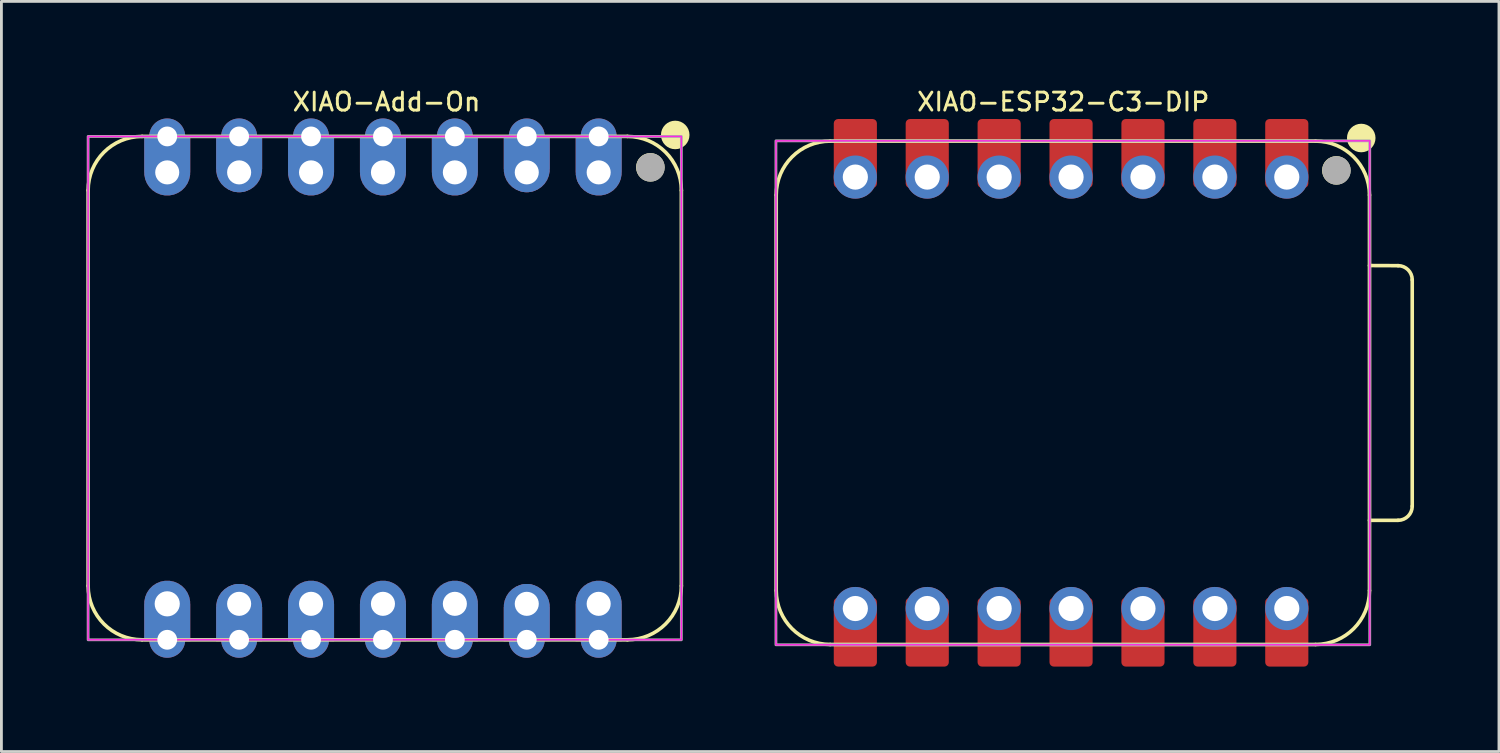
<source format=kicad_pcb>
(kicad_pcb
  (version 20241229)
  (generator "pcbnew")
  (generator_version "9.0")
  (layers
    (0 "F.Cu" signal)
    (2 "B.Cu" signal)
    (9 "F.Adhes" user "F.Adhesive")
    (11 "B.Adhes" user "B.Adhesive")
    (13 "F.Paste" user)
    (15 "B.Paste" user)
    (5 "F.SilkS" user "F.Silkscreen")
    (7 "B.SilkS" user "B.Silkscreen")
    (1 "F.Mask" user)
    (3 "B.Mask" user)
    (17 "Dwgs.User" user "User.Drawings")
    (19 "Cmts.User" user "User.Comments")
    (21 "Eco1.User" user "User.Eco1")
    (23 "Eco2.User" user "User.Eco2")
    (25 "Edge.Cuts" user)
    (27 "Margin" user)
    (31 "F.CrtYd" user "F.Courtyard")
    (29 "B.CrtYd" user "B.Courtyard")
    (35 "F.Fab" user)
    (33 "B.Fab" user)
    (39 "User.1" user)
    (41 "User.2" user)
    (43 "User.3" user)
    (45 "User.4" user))
  (footprint "XIAO-ESP32-C3-DIP"
    (layer "F.Cu")
    (at 34.783 10.825)
    (property "Reference" "XIAO-ESP32-C3-DIP" (at -0.275 -10.275 0) (unlocked yes) (layer "F.SilkS") (effects (font (size 0.635 0.635) (thickness 0.102))))
    (attr smd)
    (fp_line (start -10.414 -6.985) (end -10.414 6.985) (stroke (width 0.127) (type solid)) (layer "F.SilkS"))
    (fp_line (start -8.509 -8.89) (end 8.636 -8.89) (stroke (width 0.127) (type solid)) (layer "F.SilkS"))
    (fp_line (start -8.509 8.89) (end 8.636 8.89) (stroke (width 0.127) (type solid)) (layer "F.SilkS"))
    (fp_line (start 10.541 -4.495) (end 11.551 -4.491) (stroke (width 0.127) (type solid)) (layer "F.SilkS"))
    (fp_line (start 10.541 6.985) (end 10.541 -6.985) (stroke (width 0.1) (type solid)) (layer "F.SilkS"))
    (fp_line (start 10.541 6.985) (end 10.541 -6.985) (stroke (width 0.127) (type solid)) (layer "F.SilkS"))
    (fp_line (start 11.551 4.504) (end 10.541 4.504) (stroke (width 0.127) (type solid)) (layer "F.SilkS"))
    (fp_line (start 12.051 -3.991) (end 12.051 4.004) (stroke (width 0.127) (type solid)) (layer "F.SilkS"))
    (fp_arc (start -10.414 -6.985) (mid -9.856038 -8.332038) (end -8.509 -8.89) (stroke (width 0.127) (type solid)) (layer "F.SilkS"))
    (fp_arc (start -8.509 8.89) (mid -9.856038 8.332038) (end -10.414 6.985) (stroke (width 0.127) (type solid)) (layer "F.SilkS"))
    (fp_arc (start 8.636 -8.89) (mid 9.983038 -8.332038) (end 10.541 -6.985) (stroke (width 0.127) (type solid)) (layer "F.SilkS"))
    (fp_arc (start 10.541 6.985) (mid 9.983038 8.332038) (end 8.636 8.89) (stroke (width 0.127) (type solid)) (layer "F.SilkS"))
    (fp_arc (start 11.551272 -4.491272) (mid 11.904644 -4.344724) (end 12.051 -3.991272) (stroke (width 0.127) (type default)) (layer "F.SilkS"))
    (fp_arc (start 12.051 4.004) (mid 11.904553 4.357553) (end 11.551 4.504) (stroke (width 0.127) (type default)) (layer "F.SilkS"))
    (fp_circle (center 9.37 -7.857) (end 9.624 -7.857) (stroke (width 0.5) (type solid)) (fill yes) (layer "F.SilkS"))
    (fp_circle (center 10.25 -9) (end 10.504 -9) (stroke (width 0.5) (type solid)) (fill yes) (layer "F.SilkS"))
    (fp_rect (start -10.425 -8.9) (end 10.55 8.9) (stroke (width 0.05) (type default)) (fill no) (layer "F.CrtYd"))
    (fp_rect (start -10.425 -8.9) (end 10.55 8.9) (stroke (width 0.1) (type default)) (fill no) (layer "F.Fab"))
    (fp_circle (center 9.376 -7.854) (end 9.63 -7.854) (stroke (width 0.5) (type solid)) (fill no) (layer "F.Fab"))
    (pad "1" smd roundrect (at 7.62 -8.455 90) (size 2.432 1.524) (layers "F.Cu" "F.Mask") (roundrect_rratio 0.1))
    (pad "1" thru_hole circle (at 7.62 -7.62 90) (size 1.524 1.524) (drill 0.889) (layers "*.Cu" "*.Mask"))
    (pad "2" smd roundrect (at 5.08 -8.455 90) (size 2.432 1.524) (layers "F.Cu" "F.Mask") (roundrect_rratio 0.1))
    (pad "2" thru_hole circle (at 5.08 -7.62 90) (size 1.524 1.524) (drill 0.889) (layers "*.Cu" "*.Mask"))
    (pad "3" smd roundrect (at 2.54 -8.455 90) (size 2.432 1.524) (layers "F.Cu" "F.Mask") (roundrect_rratio 0.1))
    (pad "3" thru_hole circle (at 2.54 -7.62 90) (size 1.524 1.524) (drill 0.889) (layers "*.Cu" "*.Mask"))
    (pad "4" smd roundrect (at 0 -8.455 90) (size 2.432 1.524) (layers "F.Cu" "F.Mask") (roundrect_rratio 0.1))
    (pad "4" thru_hole circle (at 0 -7.62 90) (size 1.524 1.524) (drill 0.889) (layers "*.Cu" "*.Mask"))
    (pad "5" smd roundrect (at -2.54 -8.455 90) (size 2.432 1.524) (layers "F.Cu" "F.Mask") (roundrect_rratio 0.1))
    (pad "5" thru_hole circle (at -2.54 -7.62 90) (size 1.524 1.524) (drill 0.889) (layers "*.Cu" "*.Mask"))
    (pad "6" smd roundrect (at -5.08 -8.455 90) (size 2.432 1.524) (layers "F.Cu" "F.Mask") (roundrect_rratio 0.1))
    (pad "6" thru_hole circle (at -5.08 -7.62 90) (size 1.524 1.524) (drill 0.889) (layers "*.Cu" "*.Mask"))
    (pad "7" smd roundrect (at -7.62 -8.455 90) (size 2.432 1.524) (layers "F.Cu" "F.Mask") (roundrect_rratio 0.1))
    (pad "7" thru_hole circle (at -7.62 -7.62 90) (size 1.524 1.524) (drill 0.889) (layers "*.Cu" "*.Mask"))
    (pad "8" thru_hole circle (at -7.62 7.62 270) (size 1.524 1.524) (drill 0.889) (layers "*.Cu" "*.Mask"))
    (pad "8" smd roundrect (at -7.62 8.455 270) (size 2.432 1.524) (layers "F.Cu" "F.Mask") (roundrect_rratio 0.1))
    (pad "9" thru_hole circle (at -5.08 7.62 270) (size 1.524 1.524) (drill 0.889) (layers "*.Cu" "*.Mask"))
    (pad "9" smd roundrect (at -5.08 8.455 270) (size 2.432 1.524) (layers "F.Cu" "F.Mask") (roundrect_rratio 0.1))
    (pad "10" thru_hole circle (at -2.54 7.62 270) (size 1.524 1.524) (drill 0.889) (layers "*.Cu" "*.Mask"))
    (pad "10" smd roundrect (at -2.54 8.455 270) (size 2.432 1.524) (layers "F.Cu" "F.Mask") (roundrect_rratio 0.1))
    (pad "11" thru_hole circle (at 0 7.62 270) (size 1.524 1.524) (drill 0.889) (layers "*.Cu" "*.Mask"))
    (pad "11" smd roundrect (at 0 8.455 270) (size 2.432 1.524) (layers "F.Cu" "F.Mask") (roundrect_rratio 0.1))
    (pad "12" thru_hole circle (at 2.54 7.62 270) (size 1.524 1.524) (drill 0.889) (layers "*.Cu" "*.Mask"))
    (pad "12" smd roundrect (at 2.54 8.455 270) (size 2.432 1.524) (layers "F.Cu" "F.Mask") (roundrect_rratio 0.1))
    (pad "13" thru_hole circle (at 5.08 7.62 270) (size 1.524 1.524) (drill 0.889) (layers "*.Cu" "*.Mask"))
    (pad "13" smd roundrect (at 5.08 8.455 270) (size 2.432 1.524) (layers "F.Cu" "F.Mask") (roundrect_rratio 0.1))
    (pad "14" thru_hole circle (at 7.62 7.62 270) (size 1.524 1.524) (drill 0.889) (layers "*.Cu" "*.Mask"))
    (pad "14" smd roundrect (at 7.62 8.455 270) (size 2.432 1.524) (layers "F.Cu" "F.Mask") (roundrect_rratio 0.1)))
  (footprint "XIAO-Add-On"
    (layer "F.Cu")
    (at 10.477 10.659)
    (property "Reference" "XIAO-Add-On" (at 0.127 -10.109 0) (unlocked yes) (layer "F.SilkS") (effects (font (size 0.635 0.635) (thickness 0.102))))
    (attr smd)
    (fp_line (start -10.414 -6.985) (end -10.414 6.985) (stroke (width 0.127) (type solid)) (layer "F.SilkS"))
    (fp_line (start -8.509 -8.89) (end 8.636 -8.89) (stroke (width 0.127) (type solid)) (layer "F.SilkS"))
    (fp_line (start -8.509 8.89) (end 8.636 8.89) (stroke (width 0.127) (type solid)) (layer "F.SilkS"))
    (fp_line (start 10.541 6.985) (end 10.541 -6.985) (stroke (width 0.127) (type solid)) (layer "F.SilkS"))
    (fp_arc (start -10.414 -6.985) (mid -9.856038 -8.332038) (end -8.509 -8.89) (stroke (width 0.127) (type solid)) (layer "F.SilkS"))
    (fp_arc (start -8.509 8.89) (mid -9.856038 8.332038) (end -10.414 6.985) (stroke (width 0.127) (type solid)) (layer "F.SilkS"))
    (fp_arc (start 8.636 -8.89) (mid 9.983039 -8.332039) (end 10.541 -6.985) (stroke (width 0.127) (type solid)) (layer "F.SilkS"))
    (fp_arc (start 10.541 6.985) (mid 9.983039 8.332039) (end 8.636 8.89) (stroke (width 0.127) (type solid)) (layer "F.SilkS"))
    (fp_circle (center 9.444 -7.799) (end 9.698 -7.799) (stroke (width 0.5) (type solid)) (fill yes) (layer "F.SilkS"))
    (fp_circle (center 10.324 -8.942) (end 10.578 -8.942) (stroke (width 0.5) (type solid)) (fill yes) (layer "F.SilkS"))
    (fp_rect (start -10.414 -8.89) (end 10.541 8.89) (stroke (width 0.05) (type default)) (fill no) (layer "F.CrtYd"))
    (fp_rect (start -10.414 -8.89) (end 10.541 8.89) (stroke (width 0.1) (type default)) (fill no) (layer "F.Fab"))
    (fp_circle (center 9.45 -7.796) (end 9.704 -7.796) (stroke (width 0.5) (type solid)) (fill no) (layer "F.Fab"))
    (fp_circle (center -7.62 -7.62) (end -7.493 -7.62) (stroke (width 0.025) (type default)) (fill no) (layer "User.1"))
    (fp_circle (center 7.62 7.62) (end 7.493 7.62) (stroke (width 0.025) (type default)) (fill no) (layer "User.1"))
    (pad "1" thru_hole circle (at 7.62 -8.89 180) (size 1.27 1.27) (drill 0.7) (layers "*.Cu" "*.Mask"))
    (pad "1" smd custom (at 7.62 -8.278) (size 1.626 1.325) (layers "F.Cu" "F.Mask" "F.Paste") (options (anchor rect)) (primitives (gr_circle (center 0 0.663) (end 0.813 0.663) (width 0) (fill yes))))
    (pad "1" smd custom (at 7.62 -8.278) (size 1.626 1.325) (layers "B.Cu" "B.Mask" "B.Paste") (options (anchor rect)) (primitives (gr_circle (center 0 0.663) (end -0.813 0.663) (width 0) (fill yes))))
    (pad "1" thru_hole roundrect (at 7.62 -7.62 270) (size 1.5 1.5) (drill 0.85) (layers "*.Cu" "*.Mask") (roundrect_rratio 0.25) (chamfer_ratio 0.293) (chamfer top_left top_right bottom_left bottom_right))
    (pad "2" thru_hole circle (at 5.08 -8.89 180) (size 1.27 1.27) (drill 0.7) (layers "*.Cu" "*.Mask"))
    (pad "2" smd custom (at 5.08 -8.337) (size 1.626 1.208) (layers "F.Cu" "F.Mask" "F.Paste") (options (anchor rect)) (primitives (gr_circle (center 0 0.605) (end 0.813 0.605) (width 0) (fill yes))))
    (pad "2" smd custom (at 5.08 -8.337) (size 1.626 1.208) (layers "B.Cu" "B.Mask" "B.Paste") (options (anchor rect)) (primitives (gr_circle (center 0 0.605) (end -0.813 0.605) (width 0) (fill yes))))
    (pad "2" thru_hole circle (at 5.08 -7.62 270) (size 1.4 1.4) (drill 0.85) (layers "*.Cu"))
    (pad "3" thru_hole circle (at 2.54 -8.89 180) (size 1.27 1.27) (drill 0.7) (layers "*.Cu" "*.Mask"))
    (pad "3" smd custom (at 2.54 -8.278) (size 1.626 1.325) (layers "F.Cu" "F.Mask" "F.Paste") (options (anchor rect)) (primitives (gr_circle (center 0 0.663) (end 0.813 0.663) (width 0) (fill yes))))
    (pad "3" smd custom (at 2.54 -8.278) (size 1.626 1.325) (layers "B.Cu" "B.Mask" "B.Paste") (options (anchor rect)) (primitives (gr_circle (center 0 0.663) (end -0.813 0.663) (width 0) (fill yes))))
    (pad "3" thru_hole circle (at 2.54 -7.62 270) (size 1.5 1.5) (drill 0.85) (layers "*.Cu" "*.Mask"))
    (pad "4" thru_hole circle (at 0 -8.89 180) (size 1.27 1.27) (drill 0.7) (layers "*.Cu" "*.Mask"))
    (pad "4" smd custom (at 0 -8.278) (size 1.626 1.325) (layers "F.Cu" "F.Mask" "F.Paste") (options (anchor rect)) (primitives (gr_circle (center 0 0.663) (end 0.813 0.663) (width 0) (fill yes))))
    (pad "4" smd custom (at 0 -8.278) (size 1.626 1.325) (layers "B.Cu" "B.Mask" "B.Paste") (options (anchor rect)) (primitives (gr_circle (center 0 0.663) (end -0.813 0.663) (width 0) (fill yes))))
    (pad "4" thru_hole circle (at 0 -7.62 270) (size 1.5 1.5) (drill 0.85) (layers "*.Cu" "*.Mask"))
    (pad "5" thru_hole circle (at -2.54 -8.89 180) (size 1.27 1.27) (drill 0.7) (layers "*.Cu" "*.Mask"))
    (pad "5" smd custom (at -2.54 -8.278) (size 1.626 1.325) (layers "F.Cu" "F.Mask" "F.Paste") (options (anchor rect)) (primitives (gr_circle (center 0 0.663) (end 0.813 0.663) (width 0) (fill yes))))
    (pad "5" smd custom (at -2.54 -8.278) (size 1.626 1.325) (layers "B.Cu" "B.Mask" "B.Paste") (options (anchor rect)) (primitives (gr_circle (center 0 0.663) (end -0.813 0.663) (width 0) (fill yes))))
    (pad "5" thru_hole circle (at -2.54 -7.62 270) (size 1.5 1.5) (drill 0.85) (layers "*.Cu" "*.Mask"))
    (pad "6" thru_hole circle (at -5.08 -8.89 180) (size 1.27 1.27) (drill 0.7) (layers "*.Cu" "*.Mask"))
    (pad "6" smd custom (at -5.08 -8.337) (size 1.626 1.208) (layers "F.Cu" "F.Mask" "F.Paste") (options (anchor rect)) (primitives (gr_circle (center 0 0.605) (end 0.813 0.605) (width 0) (fill yes))))
    (pad "6" smd custom (at -5.08 -8.337) (size 1.626 1.208) (layers "B.Cu" "B.Mask" "B.Paste") (options (anchor rect)) (primitives (gr_circle (center 0 0.605) (end -0.813 0.605) (width 0) (fill yes))))
    (pad "6" thru_hole circle (at -5.08 -7.62 270) (size 1.4 1.4) (drill 0.85) (layers "*.Cu"))
    (pad "7" thru_hole circle (at -7.62 -8.89 180) (size 1.27 1.27) (drill 0.7) (layers "*.Cu" "*.Mask"))
    (pad "7" smd custom (at -7.62 -8.278) (size 1.626 1.325) (layers "F.Cu" "F.Mask" "F.Paste") (options (anchor rect)) (primitives (gr_circle (center 0 0.663) (end 0.813 0.663) (width 0) (fill yes))))
    (pad "7" smd custom (at -7.62 -8.278) (size 1.626 1.325) (layers "B.Cu" "B.Mask" "B.Paste") (options (anchor rect)) (primitives (gr_circle (center 0 0.663) (end -0.813 0.663) (width 0) (fill yes))))
    (pad "7" thru_hole circle (at -7.62 -7.62 270) (size 1.5 1.5) (drill 0.85) (layers "*.Cu" "*.Mask"))
    (pad "8" thru_hole circle (at -7.62 7.62 270) (size 1.524 1.524) (drill 0.889) (layers "*.Cu" "*.Mask"))
    (pad "8" smd custom (at -7.62 8.278 180) (size 1.626 1.325) (layers "F.Cu" "F.Mask" "F.Paste") (options (anchor rect)) (primitives (gr_circle (center 0 0.663) (end 0.813 0.663) (width 0) (fill yes))))
    (pad "8" smd custom (at -7.62 8.278 180) (size 1.626 1.325) (layers "B.Cu" "B.Mask" "B.Paste") (options (anchor rect)) (primitives (gr_circle (center 0 0.663) (end -0.813 0.663) (width 0) (fill yes))))
    (pad "8" thru_hole circle (at -7.62 8.89) (size 1.27 1.27) (drill 0.7) (layers "*.Cu" "*.Mask"))
    (pad "9" thru_hole circle (at -5.08 7.62 90) (size 1.4 1.4) (drill 0.85) (layers "*.Cu"))
    (pad "9" smd custom (at -5.08 8.337 180) (size 1.626 1.208) (layers "F.Cu" "F.Mask" "F.Paste") (options (anchor rect)) (primitives (gr_circle (center 0 0.605) (end 0.813 0.605) (width 0) (fill yes))))
    (pad "9" smd custom (at -5.08 8.337 180) (size 1.626 1.208) (layers "B.Cu" "B.Mask" "B.Paste") (options (anchor rect)) (primitives (gr_circle (center 0 0.605) (end -0.813 0.605) (width 0) (fill yes))))
    (pad "9" thru_hole circle (at -5.08 8.89) (size 1.27 1.27) (drill 0.7) (layers "*.Cu" "*.Mask"))
    (pad "10" thru_hole circle (at -2.54 7.62 90) (size 1.5 1.5) (drill 0.85) (layers "*.Cu" "*.Mask"))
    (pad "10" smd custom (at -2.54 8.278 180) (size 1.626 1.325) (layers "F.Cu" "F.Mask" "F.Paste") (options (anchor rect)) (primitives (gr_circle (center 0 0.663) (end 0.813 0.663) (width 0) (fill yes))))
    (pad "10" smd custom (at -2.54 8.278 180) (size 1.626 1.325) (layers "B.Cu" "B.Mask" "B.Paste") (options (anchor rect)) (primitives (gr_circle (center 0 0.663) (end -0.813 0.663) (width 0) (fill yes))))
    (pad "10" thru_hole circle (at -2.54 8.89) (size 1.27 1.27) (drill 0.7) (layers "*.Cu" "*.Mask"))
    (pad "11" thru_hole circle (at 0 7.62 90) (size 1.5 1.5) (drill 0.85) (layers "*.Cu" "*.Mask"))
    (pad "11" smd custom (at 0 8.278 180) (size 1.626 1.325) (layers "F.Cu" "F.Mask" "F.Paste") (options (anchor rect)) (primitives (gr_circle (center 0 0.663) (end 0.813 0.663) (width 0) (fill yes))))
    (pad "11" smd custom (at 0 8.278 180) (size 1.626 1.325) (layers "B.Cu" "B.Mask" "B.Paste") (options (anchor rect)) (primitives (gr_circle (center 0 0.663) (end -0.813 0.663) (width 0) (fill yes))))
    (pad "11" thru_hole circle (at 0 8.89) (size 1.27 1.27) (drill 0.7) (layers "*.Cu" "*.Mask"))
    (pad "12" thru_hole circle (at 2.54 7.62 90) (size 1.5 1.5) (drill 0.85) (layers "*.Cu" "*.Mask"))
    (pad "12" smd custom (at 2.54 8.278 180) (size 1.626 1.325) (layers "F.Cu" "F.Mask" "F.Paste") (options (anchor rect)) (primitives (gr_circle (center 0 0.663) (end 0.813 0.663) (width 0) (fill yes))))
    (pad "12" smd custom (at 2.54 8.278 180) (size 1.626 1.325) (layers "B.Cu" "B.Mask" "B.Paste") (options (anchor rect)) (primitives (gr_circle (center 0 0.663) (end -0.813 0.663) (width 0) (fill yes))))
    (pad "12" thru_hole circle (at 2.54 8.89) (size 1.27 1.27) (drill 0.7) (layers "*.Cu" "*.Mask"))
    (pad "13" thru_hole circle (at 5.08 7.62 90) (size 1.4 1.4) (drill 0.85) (layers "*.Cu"))
    (pad "13" smd custom (at 5.08 8.337 180) (size 1.626 1.208) (layers "F.Cu" "F.Mask" "F.Paste") (options (anchor rect)) (primitives (gr_circle (center 0 0.605) (end 0.813 0.605) (width 0) (fill yes))))
    (pad "13" smd custom (at 5.08 8.337 180) (size 1.626 1.208) (layers "B.Cu" "B.Mask" "B.Paste") (options (anchor rect)) (primitives (gr_circle (center 0 0.605) (end -0.813 0.605) (width 0) (fill yes))))
    (pad "13" thru_hole circle (at 5.08 8.89) (size 1.27 1.27) (drill 0.7) (layers "*.Cu" "*.Mask"))
    (pad "14" thru_hole circle (at 7.62 7.62 90) (size 1.5 1.5) (drill 0.85) (layers "*.Cu" "*.Mask"))
    (pad "14" smd custom (at 7.62 8.278 180) (size 1.626 1.325) (layers "F.Cu" "F.Mask" "F.Paste") (options (anchor rect)) (primitives (gr_circle (center 0 0.663) (end 0.813 0.663) (width 0) (fill yes))))
    (pad "14" smd custom (at 7.62 8.278 180) (size 1.626 1.325) (layers "B.Cu" "B.Mask" "B.Paste") (options (anchor rect)) (primitives (gr_circle (center 0 0.663) (end -0.813 0.663) (width 0) (fill yes))))
    (pad "14" thru_hole circle (at 7.62 8.89) (size 1.27 1.27) (drill 0.7) (layers "*.Cu" "*.Mask")))
  (gr_rect
    (start -3 -3)
    (end 49.898 23.496)
    (stroke (width 0.1) (type default))
    (fill no)
    (layer "Edge.Cuts")))
</source>
